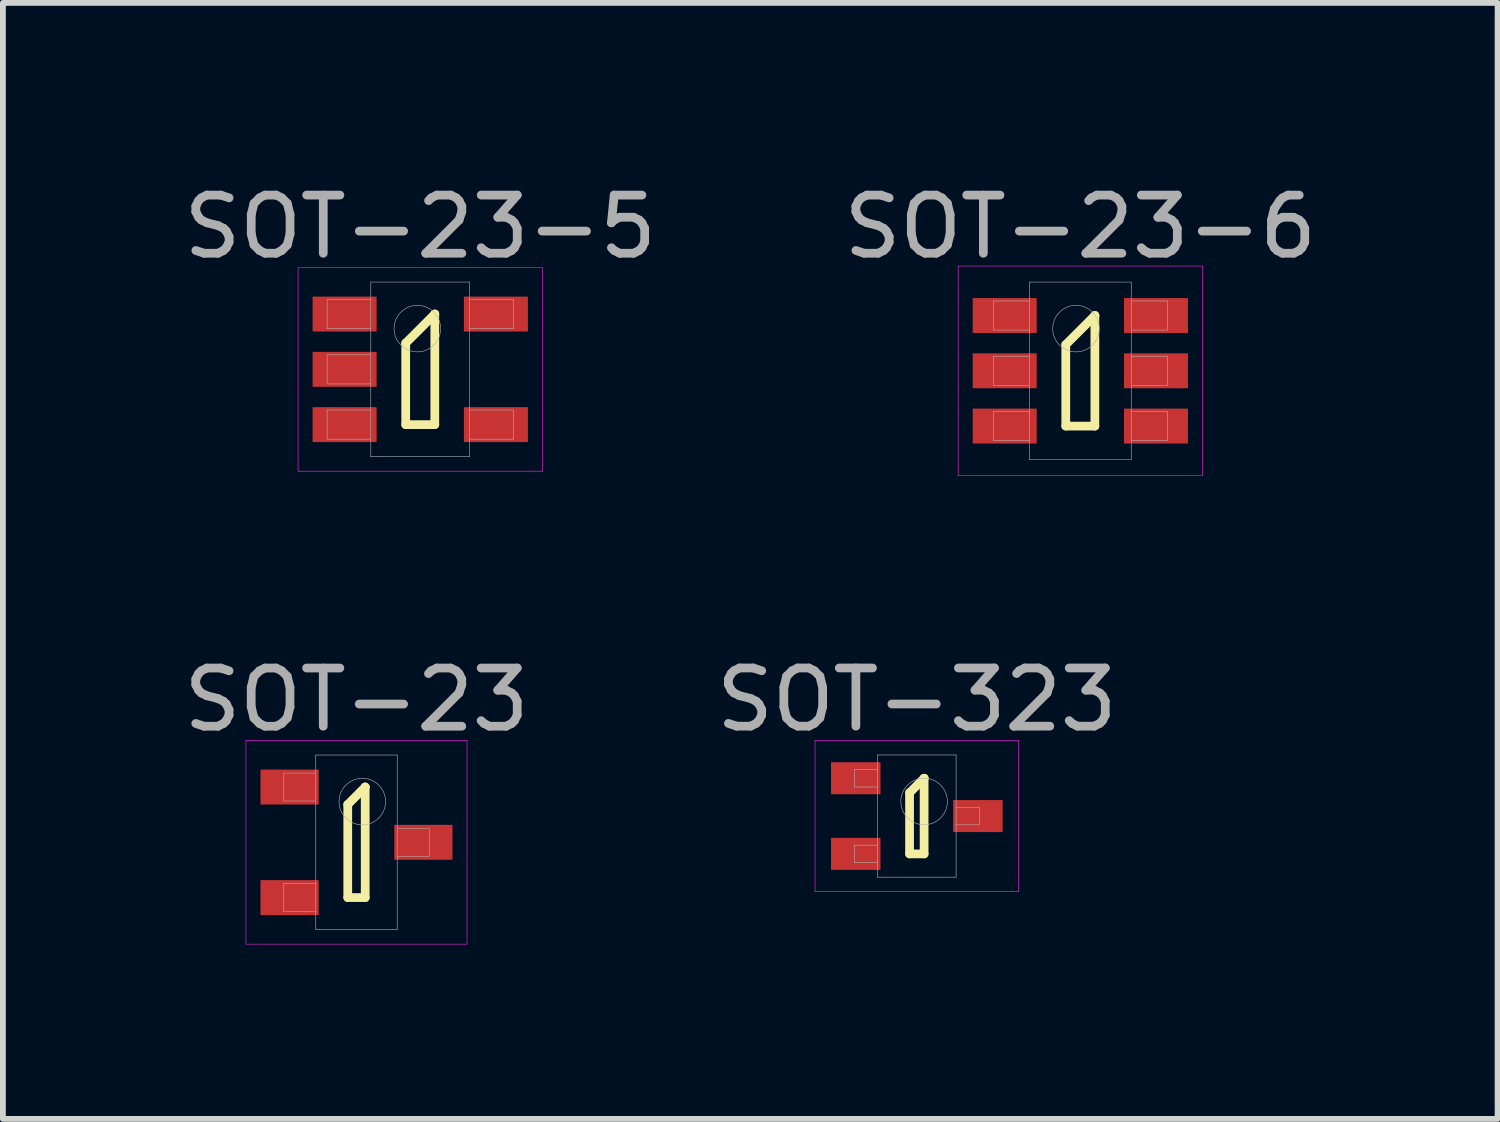
<source format=kicad_pcb>
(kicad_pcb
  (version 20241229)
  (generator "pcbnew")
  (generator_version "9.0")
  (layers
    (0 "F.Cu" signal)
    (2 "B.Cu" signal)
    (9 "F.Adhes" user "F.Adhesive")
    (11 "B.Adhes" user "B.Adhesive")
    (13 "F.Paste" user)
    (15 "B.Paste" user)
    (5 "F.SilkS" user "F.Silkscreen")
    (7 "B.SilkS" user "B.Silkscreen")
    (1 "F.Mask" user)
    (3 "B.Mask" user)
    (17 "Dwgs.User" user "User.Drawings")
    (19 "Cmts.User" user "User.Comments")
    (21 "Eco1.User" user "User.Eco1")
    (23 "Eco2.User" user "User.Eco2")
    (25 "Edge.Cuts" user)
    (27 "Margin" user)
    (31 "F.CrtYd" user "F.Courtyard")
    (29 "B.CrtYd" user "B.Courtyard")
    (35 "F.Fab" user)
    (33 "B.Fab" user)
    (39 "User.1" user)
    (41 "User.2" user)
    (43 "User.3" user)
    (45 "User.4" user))
  (footprint "SOT-23"
    (layer "F.Cu")
    (at 3.077 11.427)
    (property "Reference" "SOT-23" (at 0 -2.45 0) (layer "F.Fab") (effects (font (size 1 1) (thickness 0.15))))
    (attr through_hole)
    (fp_line (start -0.15 -0.65) (end 0.15 -0.95) (stroke (width 0.15) (type solid)) (layer "F.SilkS"))
    (fp_line (start -0.15 0.95) (end -0.15 -0.65) (stroke (width 0.15) (type solid)) (layer "F.SilkS"))
    (fp_line (start 0.15 -0.95) (end 0.15 -0.95) (stroke (width 0.15) (type solid)) (layer "F.SilkS"))
    (fp_line (start 0.15 -0.95) (end 0.15 0.95) (stroke (width 0.15) (type solid)) (layer "F.SilkS"))
    (fp_line (start 0.15 0.95) (end -0.15 0.95) (stroke (width 0.15) (type solid)) (layer "F.SilkS"))
    (fp_line (start -1.9 -1.75) (end 1.9 -1.75) (stroke (width 0.01) (type solid)) (layer "F.CrtYd"))
    (fp_line (start -1.9 1.75) (end -1.9 -1.75) (stroke (width 0.01) (type solid)) (layer "F.CrtYd"))
    (fp_line (start 1.9 -1.75) (end 1.9 1.75) (stroke (width 0.01) (type solid)) (layer "F.CrtYd"))
    (fp_line (start 1.9 1.75) (end -1.9 1.75) (stroke (width 0.01) (type solid)) (layer "F.CrtYd"))
    (fp_line (start -1.25 -1.19) (end -0.7 -1.19) (stroke (width 0.01) (type solid)) (layer "F.Fab"))
    (fp_line (start -1.25 -0.71) (end -1.25 -1.19) (stroke (width 0.01) (type solid)) (layer "F.Fab"))
    (fp_line (start -1.25 0.71) (end -0.7 0.71) (stroke (width 0.01) (type solid)) (layer "F.Fab"))
    (fp_line (start -1.25 1.19) (end -1.25 0.71) (stroke (width 0.01) (type solid)) (layer "F.Fab"))
    (fp_line (start -0.7 -1.5) (end 0.7 -1.5) (stroke (width 0.01) (type solid)) (layer "F.Fab"))
    (fp_line (start -0.7 -0.71) (end -1.25 -0.71) (stroke (width 0.01) (type solid)) (layer "F.Fab"))
    (fp_line (start -0.7 1.19) (end -1.25 1.19) (stroke (width 0.01) (type solid)) (layer "F.Fab"))
    (fp_line (start -0.7 1.5) (end -0.7 -1.5) (stroke (width 0.01) (type solid)) (layer "F.Fab"))
    (fp_line (start 0.7 -1.5) (end 0.7 1.5) (stroke (width 0.01) (type solid)) (layer "F.Fab"))
    (fp_line (start 0.7 -0.24) (end 1.25 -0.24) (stroke (width 0.01) (type solid)) (layer "F.Fab"))
    (fp_line (start 0.7 1.5) (end -0.7 1.5) (stroke (width 0.01) (type solid)) (layer "F.Fab"))
    (fp_line (start 1.25 -0.24) (end 1.25 0.24) (stroke (width 0.01) (type solid)) (layer "F.Fab"))
    (fp_line (start 1.25 0.24) (end 0.7 0.24) (stroke (width 0.01) (type solid)) (layer "F.Fab"))
    (fp_circle (center 0.1 -0.7) (end 0.1 -0.3) (stroke (width 0.01) (type solid)) (fill no) (layer "F.Fab"))
    (pad "1" smd rect (at -1.15 -0.95) (size 1 0.6) (layers "F.Cu" "F.Mask" "F.Paste"))
    (pad "2" smd rect (at -1.15 0.95) (size 1 0.6) (layers "F.Cu" "F.Mask" "F.Paste"))
    (pad "3" smd rect (at 1.15 0) (size 1 0.6) (layers "F.Cu" "F.Mask" "F.Paste")))
  (footprint "SOT-323"
    (layer "F.Cu")
    (at 12.708 10.976)
    (property "Reference" "SOT-323" (at 0 -2 0) (layer "F.Fab") (effects (font (size 1 1) (thickness 0.15))))
    (attr through_hole)
    (fp_line (start -0.125 -0.4) (end 0.125 -0.65) (stroke (width 0.15) (type solid)) (layer "F.SilkS"))
    (fp_line (start -0.125 0.65) (end -0.125 -0.4) (stroke (width 0.15) (type solid)) (layer "F.SilkS"))
    (fp_line (start 0.125 -0.65) (end 0.125 -0.65) (stroke (width 0.15) (type solid)) (layer "F.SilkS"))
    (fp_line (start 0.125 -0.65) (end 0.125 0.65) (stroke (width 0.15) (type solid)) (layer "F.SilkS"))
    (fp_line (start 0.125 0.65) (end -0.125 0.65) (stroke (width 0.15) (type solid)) (layer "F.SilkS"))
    (fp_line (start -1.75 -1.3) (end 1.75 -1.3) (stroke (width 0.01) (type solid)) (layer "F.CrtYd"))
    (fp_line (start -1.75 1.3) (end -1.75 -1.3) (stroke (width 0.01) (type solid)) (layer "F.CrtYd"))
    (fp_line (start 1.75 -1.3) (end 1.75 1.3) (stroke (width 0.01) (type solid)) (layer "F.CrtYd"))
    (fp_line (start 1.75 1.3) (end -1.75 1.3) (stroke (width 0.01) (type solid)) (layer "F.CrtYd"))
    (fp_line (start -1.075 -0.8) (end -0.675 -0.8) (stroke (width 0.01) (type solid)) (layer "F.Fab"))
    (fp_line (start -1.075 -0.5) (end -1.075 -0.8) (stroke (width 0.01) (type solid)) (layer "F.Fab"))
    (fp_line (start -1.075 0.5) (end -0.675 0.5) (stroke (width 0.01) (type solid)) (layer "F.Fab"))
    (fp_line (start -1.075 0.8) (end -1.075 0.5) (stroke (width 0.01) (type solid)) (layer "F.Fab"))
    (fp_line (start -0.675 -1.05) (end 0.675 -1.05) (stroke (width 0.01) (type solid)) (layer "F.Fab"))
    (fp_line (start -0.675 -0.5) (end -1.075 -0.5) (stroke (width 0.01) (type solid)) (layer "F.Fab"))
    (fp_line (start -0.675 0.8) (end -1.075 0.8) (stroke (width 0.01) (type solid)) (layer "F.Fab"))
    (fp_line (start -0.675 1.05) (end -0.675 -1.05) (stroke (width 0.01) (type solid)) (layer "F.Fab"))
    (fp_line (start 0.675 -1.05) (end 0.675 1.05) (stroke (width 0.01) (type solid)) (layer "F.Fab"))
    (fp_line (start 0.675 -0.15) (end 1.075 -0.15) (stroke (width 0.01) (type solid)) (layer "F.Fab"))
    (fp_line (start 0.675 1.05) (end -0.675 1.05) (stroke (width 0.01) (type solid)) (layer "F.Fab"))
    (fp_line (start 1.075 -0.15) (end 1.075 0.15) (stroke (width 0.01) (type solid)) (layer "F.Fab"))
    (fp_line (start 1.075 0.15) (end 0.675 0.15) (stroke (width 0.01) (type solid)) (layer "F.Fab"))
    (fp_circle (center 0.125 -0.25) (end 0.125 0.15) (stroke (width 0.01) (type solid)) (fill no) (layer "F.Fab"))
    (pad "1" smd rect (at -1.05 -0.65) (size 0.85 0.55) (layers "F.Cu" "F.Mask" "F.Paste"))
    (pad "2" smd rect (at -1.05 0.65) (size 0.85 0.55) (layers "F.Cu" "F.Mask" "F.Paste"))
    (pad "3" smd rect (at 1.05 0) (size 0.85 0.55) (layers "F.Cu" "F.Mask" "F.Paste")))
  (footprint "SOT-23-5"
    (layer "F.Cu")
    (at 4.173 3.298)
    (property "Reference" "SOT-23-5" (at 0 -2.45 0) (layer "F.Fab") (effects (font (size 1 1) (thickness 0.15))))
    (attr through_hole)
    (fp_line (start -0.25 -0.45) (end 0.25 -0.95) (stroke (width 0.15) (type solid)) (layer "F.SilkS"))
    (fp_line (start -0.25 0.95) (end -0.25 -0.45) (stroke (width 0.15) (type solid)) (layer "F.SilkS"))
    (fp_line (start 0.25 -0.95) (end 0.25 -0.95) (stroke (width 0.15) (type solid)) (layer "F.SilkS"))
    (fp_line (start 0.25 -0.95) (end 0.25 0.95) (stroke (width 0.15) (type solid)) (layer "F.SilkS"))
    (fp_line (start 0.25 0.95) (end -0.25 0.95) (stroke (width 0.15) (type solid)) (layer "F.SilkS"))
    (fp_line (start -2.1 -1.75) (end 2.1 -1.75) (stroke (width 0.01) (type solid)) (layer "F.CrtYd"))
    (fp_line (start -2.1 1.75) (end -2.1 -1.75) (stroke (width 0.01) (type solid)) (layer "F.CrtYd"))
    (fp_line (start 2.1 -1.75) (end 2.1 1.75) (stroke (width 0.01) (type solid)) (layer "F.CrtYd"))
    (fp_line (start 2.1 1.75) (end -2.1 1.75) (stroke (width 0.01) (type solid)) (layer "F.CrtYd"))
    (fp_line (start -1.6 -1.2) (end -0.85 -1.2) (stroke (width 0.01) (type solid)) (layer "F.Fab"))
    (fp_line (start -1.6 -0.7) (end -1.6 -1.2) (stroke (width 0.01) (type solid)) (layer "F.Fab"))
    (fp_line (start -1.6 -0.25) (end -0.85 -0.25) (stroke (width 0.01) (type solid)) (layer "F.Fab"))
    (fp_line (start -1.6 0.25) (end -1.6 -0.25) (stroke (width 0.01) (type solid)) (layer "F.Fab"))
    (fp_line (start -1.6 0.7) (end -0.85 0.7) (stroke (width 0.01) (type solid)) (layer "F.Fab"))
    (fp_line (start -1.6 1.2) (end -1.6 0.7) (stroke (width 0.01) (type solid)) (layer "F.Fab"))
    (fp_line (start -0.85 -1.5) (end 0.85 -1.5) (stroke (width 0.01) (type solid)) (layer "F.Fab"))
    (fp_line (start -0.85 -0.7) (end -1.6 -0.7) (stroke (width 0.01) (type solid)) (layer "F.Fab"))
    (fp_line (start -0.85 0.25) (end -1.6 0.25) (stroke (width 0.01) (type solid)) (layer "F.Fab"))
    (fp_line (start -0.85 1.2) (end -1.6 1.2) (stroke (width 0.01) (type solid)) (layer "F.Fab"))
    (fp_line (start -0.85 1.5) (end -0.85 -1.5) (stroke (width 0.01) (type solid)) (layer "F.Fab"))
    (fp_line (start 0.85 -1.5) (end 0.85 1.5) (stroke (width 0.01) (type solid)) (layer "F.Fab"))
    (fp_line (start 0.85 -1.2) (end 1.6 -1.2) (stroke (width 0.01) (type solid)) (layer "F.Fab"))
    (fp_line (start 0.85 0.7) (end 1.6 0.7) (stroke (width 0.01) (type solid)) (layer "F.Fab"))
    (fp_line (start 0.85 1.5) (end -0.85 1.5) (stroke (width 0.01) (type solid)) (layer "F.Fab"))
    (fp_line (start 1.6 -1.2) (end 1.6 -0.7) (stroke (width 0.01) (type solid)) (layer "F.Fab"))
    (fp_line (start 1.6 -0.7) (end 0.85 -0.7) (stroke (width 0.01) (type solid)) (layer "F.Fab"))
    (fp_line (start 1.6 0.7) (end 1.6 1.2) (stroke (width 0.01) (type solid)) (layer "F.Fab"))
    (fp_line (start 1.6 1.2) (end 0.85 1.2) (stroke (width 0.01) (type solid)) (layer "F.Fab"))
    (fp_circle (center -0.05 -0.7) (end -0.05 -0.3) (stroke (width 0.01) (type solid)) (fill no) (layer "F.Fab"))
    (pad "1" smd rect (at -1.3 -0.95) (size 1.1 0.6) (layers "F.Cu" "F.Mask" "F.Paste"))
    (pad "2" smd rect (at -1.3 0) (size 1.1 0.6) (layers "F.Cu" "F.Mask" "F.Paste"))
    (pad "3" smd rect (at -1.3 0.95) (size 1.1 0.6) (layers "F.Cu" "F.Mask" "F.Paste"))
    (pad "4" smd rect (at 1.3 0.95) (size 1.1 0.6) (layers "F.Cu" "F.Mask" "F.Paste"))
    (pad "5" smd rect (at 1.3 -0.95) (size 1.1 0.6) (layers "F.Cu" "F.Mask" "F.Paste")))
  (footprint "SOT-23-6"
    (layer "F.Cu")
    (at 15.518 3.323)
    (property "Reference" "SOT-23-6" (at 0 -2.475 0) (layer "F.Fab") (effects (font (size 1 1) (thickness 0.15))))
    (attr through_hole)
    (fp_line (start -0.25 -0.45) (end 0.25 -0.95) (stroke (width 0.15) (type solid)) (layer "F.SilkS"))
    (fp_line (start -0.25 0.95) (end -0.25 -0.45) (stroke (width 0.15) (type solid)) (layer "F.SilkS"))
    (fp_line (start 0.25 -0.95) (end 0.25 -0.95) (stroke (width 0.15) (type solid)) (layer "F.SilkS"))
    (fp_line (start 0.25 -0.95) (end 0.25 0.95) (stroke (width 0.15) (type solid)) (layer "F.SilkS"))
    (fp_line (start 0.25 0.95) (end -0.25 0.95) (stroke (width 0.15) (type solid)) (layer "F.SilkS"))
    (fp_line (start -2.1 -1.8) (end 2.1 -1.8) (stroke (width 0.01) (type solid)) (layer "F.CrtYd"))
    (fp_line (start -2.1 1.8) (end -2.1 -1.8) (stroke (width 0.01) (type solid)) (layer "F.CrtYd"))
    (fp_line (start 2.1 -1.8) (end 2.1 1.8) (stroke (width 0.01) (type solid)) (layer "F.CrtYd"))
    (fp_line (start 2.1 1.8) (end -2.1 1.8) (stroke (width 0.01) (type solid)) (layer "F.CrtYd"))
    (fp_line (start -1.495 -1.2) (end -0.875 -1.2) (stroke (width 0.01) (type solid)) (layer "F.Fab"))
    (fp_line (start -1.495 -0.7) (end -1.495 -1.2) (stroke (width 0.01) (type solid)) (layer "F.Fab"))
    (fp_line (start -1.495 -0.25) (end -0.875 -0.25) (stroke (width 0.01) (type solid)) (layer "F.Fab"))
    (fp_line (start -1.495 0.25) (end -1.495 -0.25) (stroke (width 0.01) (type solid)) (layer "F.Fab"))
    (fp_line (start -1.495 0.7) (end -0.875 0.7) (stroke (width 0.01) (type solid)) (layer "F.Fab"))
    (fp_line (start -1.495 1.2) (end -1.495 0.7) (stroke (width 0.01) (type solid)) (layer "F.Fab"))
    (fp_line (start -0.875 -1.525) (end 0.875 -1.525) (stroke (width 0.01) (type solid)) (layer "F.Fab"))
    (fp_line (start -0.875 -0.7) (end -1.495 -0.7) (stroke (width 0.01) (type solid)) (layer "F.Fab"))
    (fp_line (start -0.875 0.25) (end -1.495 0.25) (stroke (width 0.01) (type solid)) (layer "F.Fab"))
    (fp_line (start -0.875 1.2) (end -1.495 1.2) (stroke (width 0.01) (type solid)) (layer "F.Fab"))
    (fp_line (start -0.875 1.525) (end -0.875 -1.525) (stroke (width 0.01) (type solid)) (layer "F.Fab"))
    (fp_line (start 0.875 -1.525) (end 0.875 1.525) (stroke (width 0.01) (type solid)) (layer "F.Fab"))
    (fp_line (start 0.875 -1.2) (end 1.495 -1.2) (stroke (width 0.01) (type solid)) (layer "F.Fab"))
    (fp_line (start 0.875 -0.25) (end 1.495 -0.25) (stroke (width 0.01) (type solid)) (layer "F.Fab"))
    (fp_line (start 0.875 0.7) (end 1.495 0.7) (stroke (width 0.01) (type solid)) (layer "F.Fab"))
    (fp_line (start 0.875 1.525) (end -0.875 1.525) (stroke (width 0.01) (type solid)) (layer "F.Fab"))
    (fp_line (start 1.495 -1.2) (end 1.495 -0.7) (stroke (width 0.01) (type solid)) (layer "F.Fab"))
    (fp_line (start 1.495 -0.7) (end 0.875 -0.7) (stroke (width 0.01) (type solid)) (layer "F.Fab"))
    (fp_line (start 1.495 -0.25) (end 1.495 0.25) (stroke (width 0.01) (type solid)) (layer "F.Fab"))
    (fp_line (start 1.495 0.25) (end 0.875 0.25) (stroke (width 0.01) (type solid)) (layer "F.Fab"))
    (fp_line (start 1.495 0.7) (end 1.495 1.2) (stroke (width 0.01) (type solid)) (layer "F.Fab"))
    (fp_line (start 1.495 1.2) (end 0.875 1.2) (stroke (width 0.01) (type solid)) (layer "F.Fab"))
    (fp_circle (center -0.075 -0.725) (end -0.075 -0.325) (stroke (width 0.01) (type solid)) (fill no) (layer "F.Fab"))
    (pad "1" smd rect (at -1.3 -0.95) (size 1.1 0.6) (layers "F.Cu" "F.Mask" "F.Paste"))
    (pad "2" smd rect (at -1.3 0) (size 1.1 0.6) (layers "F.Cu" "F.Mask" "F.Paste"))
    (pad "3" smd rect (at -1.3 0.95) (size 1.1 0.6) (layers "F.Cu" "F.Mask" "F.Paste"))
    (pad "4" smd rect (at 1.3 0.95) (size 1.1 0.6) (layers "F.Cu" "F.Mask" "F.Paste"))
    (pad "5" smd rect (at 1.3 0) (size 1.1 0.6) (layers "F.Cu" "F.Mask" "F.Paste"))
    (pad "6" smd rect (at 1.3 -0.95) (size 1.1 0.6) (layers "F.Cu" "F.Mask" "F.Paste")))
  (gr_rect
    (start -3 -3)
    (end 22.69 16.181)
    (stroke (width 0.1) (type default))
    (fill no)
    (layer "Edge.Cuts")))
</source>
